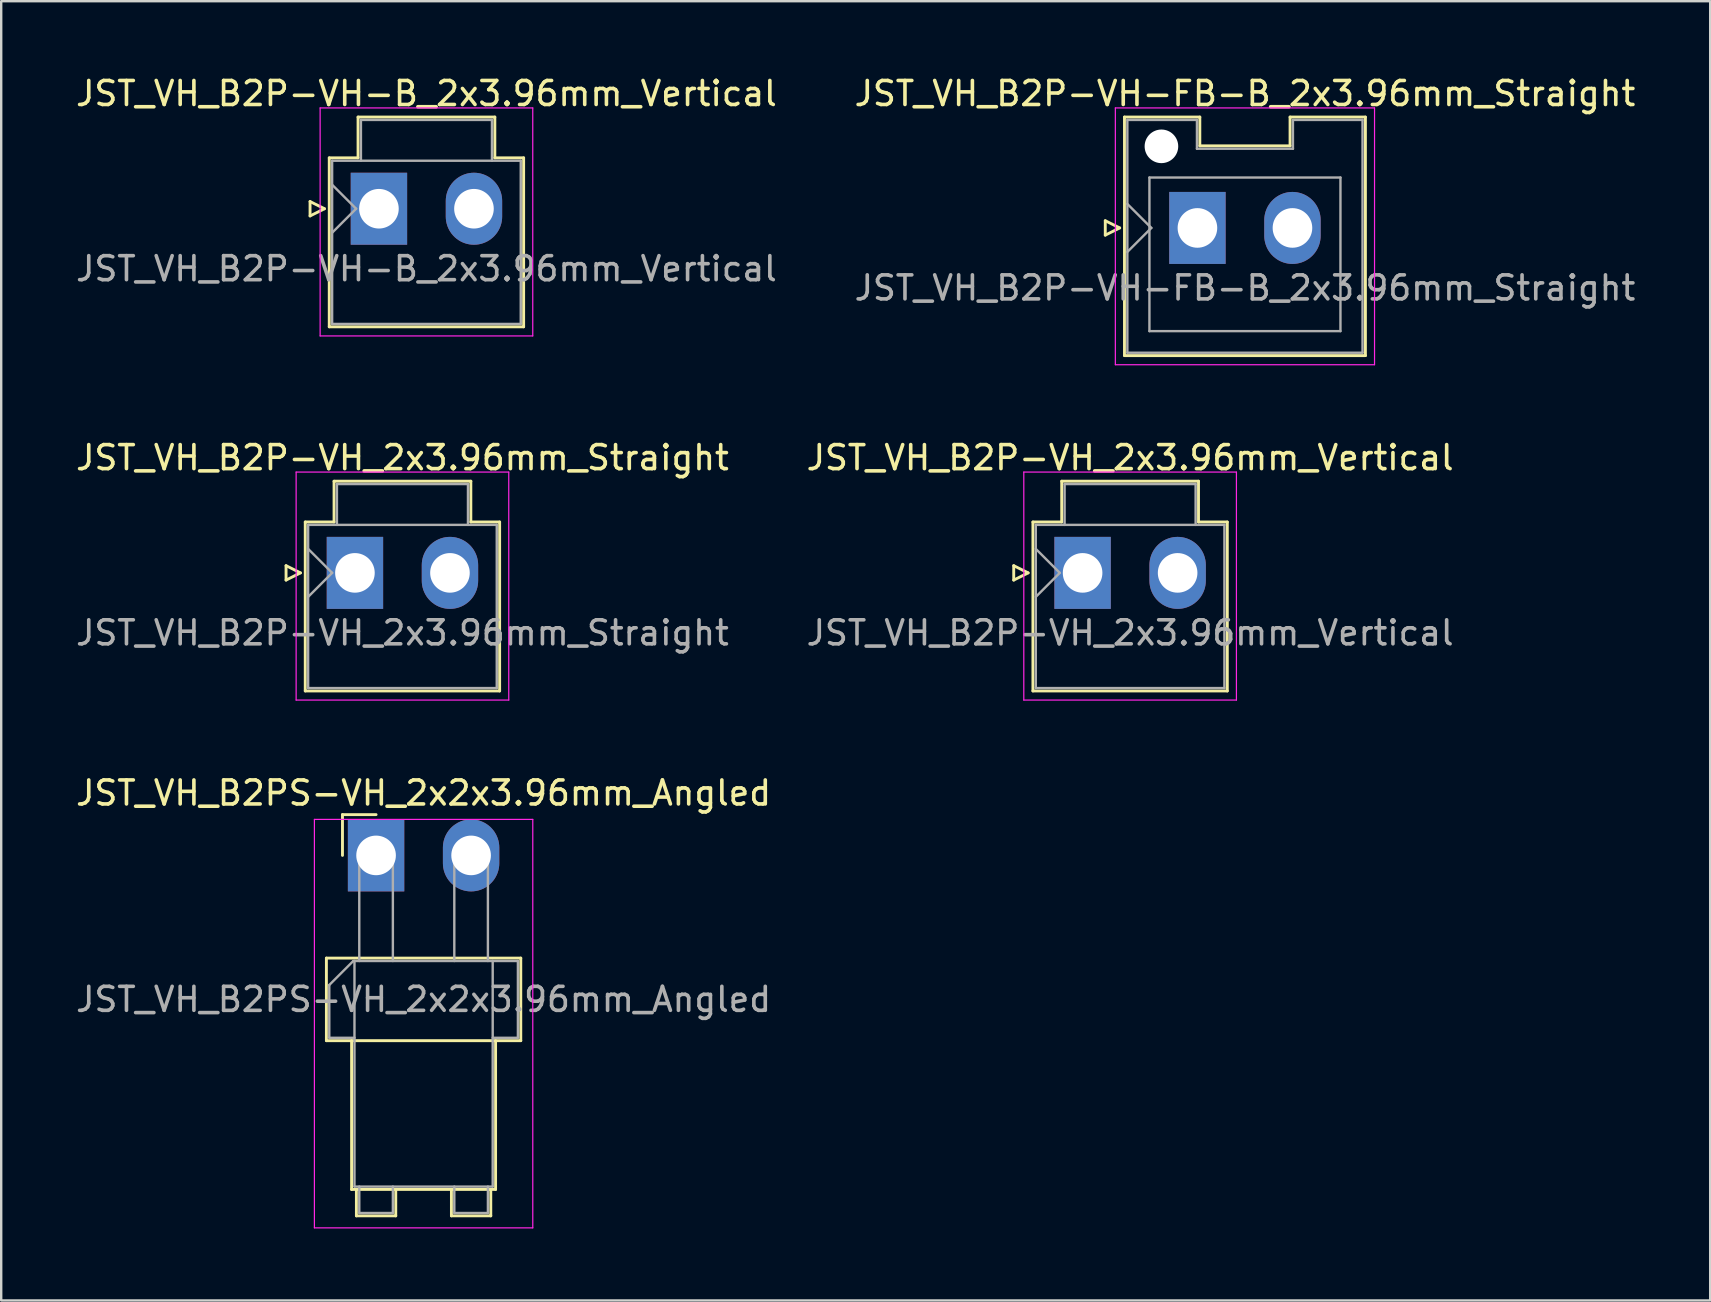
<source format=kicad_pcb>
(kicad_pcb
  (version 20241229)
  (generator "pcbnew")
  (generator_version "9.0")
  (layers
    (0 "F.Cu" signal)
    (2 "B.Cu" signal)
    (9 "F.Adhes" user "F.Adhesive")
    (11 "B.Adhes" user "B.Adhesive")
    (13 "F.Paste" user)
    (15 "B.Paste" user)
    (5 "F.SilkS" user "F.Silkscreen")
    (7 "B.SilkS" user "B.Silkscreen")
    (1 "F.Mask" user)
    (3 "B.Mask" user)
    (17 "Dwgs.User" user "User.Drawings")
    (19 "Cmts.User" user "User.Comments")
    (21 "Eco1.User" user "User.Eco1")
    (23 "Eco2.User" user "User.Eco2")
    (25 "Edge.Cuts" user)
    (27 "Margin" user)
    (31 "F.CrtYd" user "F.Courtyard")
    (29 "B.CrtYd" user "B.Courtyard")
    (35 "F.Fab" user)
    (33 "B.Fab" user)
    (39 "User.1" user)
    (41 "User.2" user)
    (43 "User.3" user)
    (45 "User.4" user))
  (footprint "JST_VH_B2P-VH-B_2x3.96mm_Vertical"
    (layer "F.Cu")
    (at 12.74 5.648)
    (property "Reference" "JST_VH_B2P-VH-B_2x3.96mm_Vertical" (at 1.98 -4.8 0) (layer "F.SilkS") (effects (font (size 1 1) (thickness 0.15))))
    (attr through_hole)
    (fp_line (start -2.87 -0.3) (end -2.27 0) (stroke (width 0.12) (type solid)) (layer "F.SilkS"))
    (fp_line (start -2.87 0.3) (end -2.87 -0.3) (stroke (width 0.12) (type solid)) (layer "F.SilkS"))
    (fp_line (start -2.27 0) (end -2.87 0.3) (stroke (width 0.12) (type solid)) (layer "F.SilkS"))
    (fp_line (start -2.07 -2.12) (end -0.87 -2.12) (stroke (width 0.12) (type solid)) (layer "F.SilkS"))
    (fp_line (start -2.07 4.92) (end -2.07 -2.12) (stroke (width 0.12) (type solid)) (layer "F.SilkS"))
    (fp_line (start -0.87 -3.82) (end 4.83 -3.82) (stroke (width 0.12) (type solid)) (layer "F.SilkS"))
    (fp_line (start -0.87 -2.12) (end -0.87 -3.82) (stroke (width 0.12) (type solid)) (layer "F.SilkS"))
    (fp_line (start 4.83 -3.82) (end 4.83 -2.12) (stroke (width 0.12) (type solid)) (layer "F.SilkS"))
    (fp_line (start 4.83 -2.12) (end 6.03 -2.12) (stroke (width 0.12) (type solid)) (layer "F.SilkS"))
    (fp_line (start 6.03 -2.12) (end 6.03 4.92) (stroke (width 0.12) (type solid)) (layer "F.SilkS"))
    (fp_line (start 6.03 4.92) (end -2.07 4.92) (stroke (width 0.12) (type solid)) (layer "F.SilkS"))
    (fp_line (start -2.45 -4.2) (end -2.45 5.3) (stroke (width 0.05) (type solid)) (layer "F.CrtYd"))
    (fp_line (start -2.45 5.3) (end 6.41 5.3) (stroke (width 0.05) (type solid)) (layer "F.CrtYd"))
    (fp_line (start 6.41 -4.2) (end -2.45 -4.2) (stroke (width 0.05) (type solid)) (layer "F.CrtYd"))
    (fp_line (start 6.41 5.3) (end 6.41 -4.2) (stroke (width 0.05) (type solid)) (layer "F.CrtYd"))
    (fp_line (start -1.95 -2) (end -1.95 4.8) (stroke (width 0.1) (type solid)) (layer "F.Fab"))
    (fp_line (start -1.95 -1) (end -0.95 0) (stroke (width 0.1) (type solid)) (layer "F.Fab"))
    (fp_line (start -1.95 1) (end -0.95 0) (stroke (width 0.1) (type solid)) (layer "F.Fab"))
    (fp_line (start -1.95 4.8) (end 5.91 4.8) (stroke (width 0.1) (type solid)) (layer "F.Fab"))
    (fp_line (start -0.75 -3.7) (end 4.71 -3.7) (stroke (width 0.1) (type solid)) (layer "F.Fab"))
    (fp_line (start -0.75 -2) (end -0.75 -3.7) (stroke (width 0.1) (type solid)) (layer "F.Fab"))
    (fp_line (start 4.71 -3.7) (end 4.71 -2) (stroke (width 0.1) (type solid)) (layer "F.Fab"))
    (fp_line (start 5.91 -2) (end -1.95 -2) (stroke (width 0.1) (type solid)) (layer "F.Fab"))
    (fp_line (start 5.91 4.8) (end 5.91 -2) (stroke (width 0.1) (type solid)) (layer "F.Fab"))
    (fp_text user "${REFERENCE}" (at 1.98 2.5 0) (layer "F.Fab") (effects (font (size 1 1) (thickness 0.15))))
    (pad "1" thru_hole rect (at 0 0) (size 2.35 3) (drill 1.65) (layers "*.Cu" "*.Mask"))
    (pad "2" thru_hole oval (at 3.96 0) (size 2.35 3) (drill 1.65) (layers "*.Cu" "*.Mask")))
  (footprint "JST_VH_B2P-VH_2x3.96mm_Straight"
    (layer "F.Cu")
    (at 11.74 20.822)
    (property "Reference" "JST_VH_B2P-VH_2x3.96mm_Straight" (at 1.98 -4.8 0) (layer "F.SilkS") (effects (font (size 1 1) (thickness 0.15))))
    (attr through_hole)
    (fp_line (start -2.87 -0.3) (end -2.27 0) (stroke (width 0.12) (type solid)) (layer "F.SilkS"))
    (fp_line (start -2.87 0.3) (end -2.87 -0.3) (stroke (width 0.12) (type solid)) (layer "F.SilkS"))
    (fp_line (start -2.27 0) (end -2.87 0.3) (stroke (width 0.12) (type solid)) (layer "F.SilkS"))
    (fp_line (start -2.07 -2.12) (end -0.87 -2.12) (stroke (width 0.12) (type solid)) (layer "F.SilkS"))
    (fp_line (start -2.07 4.92) (end -2.07 -2.12) (stroke (width 0.12) (type solid)) (layer "F.SilkS"))
    (fp_line (start -0.87 -3.82) (end 4.83 -3.82) (stroke (width 0.12) (type solid)) (layer "F.SilkS"))
    (fp_line (start -0.87 -2.12) (end -0.87 -3.82) (stroke (width 0.12) (type solid)) (layer "F.SilkS"))
    (fp_line (start 4.83 -3.82) (end 4.83 -2.12) (stroke (width 0.12) (type solid)) (layer "F.SilkS"))
    (fp_line (start 4.83 -2.12) (end 6.03 -2.12) (stroke (width 0.12) (type solid)) (layer "F.SilkS"))
    (fp_line (start 6.03 -2.12) (end 6.03 4.92) (stroke (width 0.12) (type solid)) (layer "F.SilkS"))
    (fp_line (start 6.03 4.92) (end -2.07 4.92) (stroke (width 0.12) (type solid)) (layer "F.SilkS"))
    (fp_line (start -2.45 -4.2) (end -2.45 5.3) (stroke (width 0.05) (type solid)) (layer "F.CrtYd"))
    (fp_line (start -2.45 5.3) (end 6.41 5.3) (stroke (width 0.05) (type solid)) (layer "F.CrtYd"))
    (fp_line (start 6.41 -4.2) (end -2.45 -4.2) (stroke (width 0.05) (type solid)) (layer "F.CrtYd"))
    (fp_line (start 6.41 5.3) (end 6.41 -4.2) (stroke (width 0.05) (type solid)) (layer "F.CrtYd"))
    (fp_line (start -1.95 -2) (end -1.95 4.8) (stroke (width 0.1) (type solid)) (layer "F.Fab"))
    (fp_line (start -1.95 -1) (end -0.95 0) (stroke (width 0.1) (type solid)) (layer "F.Fab"))
    (fp_line (start -1.95 1) (end -0.95 0) (stroke (width 0.1) (type solid)) (layer "F.Fab"))
    (fp_line (start -1.95 4.8) (end 5.91 4.8) (stroke (width 0.1) (type solid)) (layer "F.Fab"))
    (fp_line (start -0.75 -3.7) (end 4.71 -3.7) (stroke (width 0.1) (type solid)) (layer "F.Fab"))
    (fp_line (start -0.75 -2) (end -0.75 -3.7) (stroke (width 0.1) (type solid)) (layer "F.Fab"))
    (fp_line (start 4.71 -3.7) (end 4.71 -2) (stroke (width 0.1) (type solid)) (layer "F.Fab"))
    (fp_line (start 5.91 -2) (end -1.95 -2) (stroke (width 0.1) (type solid)) (layer "F.Fab"))
    (fp_line (start 5.91 4.8) (end 5.91 -2) (stroke (width 0.1) (type solid)) (layer "F.Fab"))
    (fp_text user "${REFERENCE}" (at 1.98 2.5 0) (layer "F.Fab") (effects (font (size 1 1) (thickness 0.15))))
    (pad "1" thru_hole rect (at 0 0) (size 2.35 3) (drill 1.65) (layers "*.Cu" "*.Mask"))
    (pad "2" thru_hole oval (at 3.96 0) (size 2.35 3) (drill 1.65) (layers "*.Cu" "*.Mask")))
  (footprint "JST_VH_B2PS-VH_2x2x3.96mm_Angled"
    (layer "F.Cu")
    (at 12.621 32.595)
    (property "Reference" "JST_VH_B2PS-VH_2x2x3.96mm_Angled" (at 1.98 -2.6 0) (layer "F.SilkS") (effects (font (size 1 1) (thickness 0.15))))
    (attr through_hole)
    (fp_line (start -2.07 4.28) (end -2.07 7.72) (stroke (width 0.12) (type solid)) (layer "F.SilkS"))
    (fp_line (start -2.07 7.72) (end 6.03 7.72) (stroke (width 0.12) (type solid)) (layer "F.SilkS"))
    (fp_line (start -1.4 -1.7) (end -1.4 0) (stroke (width 0.12) (type solid)) (layer "F.SilkS"))
    (fp_line (start -1.02 7.72) (end -1.02 13.92) (stroke (width 0.12) (type solid)) (layer "F.SilkS"))
    (fp_line (start -1.02 13.92) (end 4.98 13.92) (stroke (width 0.12) (type solid)) (layer "F.SilkS"))
    (fp_line (start -0.82 13.92) (end -0.82 15.02) (stroke (width 0.12) (type solid)) (layer "F.SilkS"))
    (fp_line (start -0.82 15.02) (end 0.82 15.02) (stroke (width 0.12) (type solid)) (layer "F.SilkS"))
    (fp_line (start 0 -1.7) (end -1.4 -1.7) (stroke (width 0.12) (type solid)) (layer "F.SilkS"))
    (fp_line (start 0.82 15.02) (end 0.82 13.92) (stroke (width 0.12) (type solid)) (layer "F.SilkS"))
    (fp_line (start 3.14 13.92) (end 3.14 15.02) (stroke (width 0.12) (type solid)) (layer "F.SilkS"))
    (fp_line (start 3.14 15.02) (end 4.78 15.02) (stroke (width 0.12) (type solid)) (layer "F.SilkS"))
    (fp_line (start 4.78 15.02) (end 4.78 13.92) (stroke (width 0.12) (type solid)) (layer "F.SilkS"))
    (fp_line (start 4.98 13.92) (end 4.98 7.72) (stroke (width 0.12) (type solid)) (layer "F.SilkS"))
    (fp_line (start 6.03 4.28) (end -2.07 4.28) (stroke (width 0.12) (type solid)) (layer "F.SilkS"))
    (fp_line (start 6.03 7.72) (end 6.03 4.28) (stroke (width 0.12) (type solid)) (layer "F.SilkS"))
    (fp_line (start -2.57 -1.5) (end -2.57 15.52) (stroke (width 0.05) (type solid)) (layer "F.CrtYd"))
    (fp_line (start -2.57 15.52) (end 6.53 15.52) (stroke (width 0.05) (type solid)) (layer "F.CrtYd"))
    (fp_line (start 6.53 -1.5) (end -2.57 -1.5) (stroke (width 0.05) (type solid)) (layer "F.CrtYd"))
    (fp_line (start 6.53 15.52) (end 6.53 -1.5) (stroke (width 0.05) (type solid)) (layer "F.CrtYd"))
    (fp_line (start -1.95 5.4) (end -0.95 4.4) (stroke (width 0.1) (type solid)) (layer "F.Fab"))
    (fp_line (start -1.95 7.6) (end -1.95 5.4) (stroke (width 0.1) (type solid)) (layer "F.Fab"))
    (fp_line (start -0.95 4.4) (end -0.9 4.4) (stroke (width 0.1) (type solid)) (layer "F.Fab"))
    (fp_line (start -0.9 4.4) (end -0.9 13.8) (stroke (width 0.1) (type solid)) (layer "F.Fab"))
    (fp_line (start -0.9 7.6) (end -1.95 7.6) (stroke (width 0.1) (type solid)) (layer "F.Fab"))
    (fp_line (start -0.9 13.8) (end 4.86 13.8) (stroke (width 0.1) (type solid)) (layer "F.Fab"))
    (fp_line (start -0.7 0) (end 0.7 0) (stroke (width 0.1) (type solid)) (layer "F.Fab"))
    (fp_line (start -0.7 4.4) (end -0.7 0) (stroke (width 0.1) (type solid)) (layer "F.Fab"))
    (fp_line (start -0.7 13.8) (end -0.7 14.9) (stroke (width 0.1) (type solid)) (layer "F.Fab"))
    (fp_line (start -0.7 14.9) (end 0.7 14.9) (stroke (width 0.1) (type solid)) (layer "F.Fab"))
    (fp_line (start 0.7 0) (end 0.7 4.4) (stroke (width 0.1) (type solid)) (layer "F.Fab"))
    (fp_line (start 0.7 14.9) (end 0.7 13.8) (stroke (width 0.1) (type solid)) (layer "F.Fab"))
    (fp_line (start 3.26 0) (end 4.66 0) (stroke (width 0.1) (type solid)) (layer "F.Fab"))
    (fp_line (start 3.26 4.4) (end 3.26 0) (stroke (width 0.1) (type solid)) (layer "F.Fab"))
    (fp_line (start 3.26 13.8) (end 3.26 14.9) (stroke (width 0.1) (type solid)) (layer "F.Fab"))
    (fp_line (start 3.26 14.9) (end 4.66 14.9) (stroke (width 0.1) (type solid)) (layer "F.Fab"))
    (fp_line (start 4.66 0) (end 4.66 4.4) (stroke (width 0.1) (type solid)) (layer "F.Fab"))
    (fp_line (start 4.66 14.9) (end 4.66 13.8) (stroke (width 0.1) (type solid)) (layer "F.Fab"))
    (fp_line (start 4.86 4.4) (end -0.9 4.4) (stroke (width 0.1) (type solid)) (layer "F.Fab"))
    (fp_line (start 4.86 4.4) (end 5.91 4.4) (stroke (width 0.1) (type solid)) (layer "F.Fab"))
    (fp_line (start 4.86 13.8) (end 4.86 4.4) (stroke (width 0.1) (type solid)) (layer "F.Fab"))
    (fp_line (start 5.91 4.4) (end 5.91 7.6) (stroke (width 0.1) (type solid)) (layer "F.Fab"))
    (fp_line (start 5.91 7.6) (end 4.86 7.6) (stroke (width 0.1) (type solid)) (layer "F.Fab"))
    (fp_text user "${REFERENCE}" (at 1.98 6 0) (layer "F.Fab") (effects (font (size 1 1) (thickness 0.15))))
    (pad "1" thru_hole rect (at 0 0) (size 2.35 3) (drill 1.65) (layers "*.Cu" "*.Mask"))
    (pad "2" thru_hole oval (at 3.96 0) (size 2.35 3) (drill 1.65) (layers "*.Cu" "*.Mask")))
  (footprint "JST_VH_B2P-VH-FB-B_2x3.96mm_Straight"
    (layer "F.Cu")
    (at 46.847 6.448)
    (property "Reference" "JST_VH_B2P-VH-FB-B_2x3.96mm_Straight" (at 1.98 -5.6 0) (layer "F.SilkS") (effects (font (size 1 1) (thickness 0.15))))
    (attr through_hole)
    (fp_line (start -3.84 -0.3) (end -3.24 0) (stroke (width 0.12) (type solid)) (layer "F.SilkS"))
    (fp_line (start -3.84 0.3) (end -3.84 -0.3) (stroke (width 0.12) (type solid)) (layer "F.SilkS"))
    (fp_line (start -3.24 0) (end -3.84 0.3) (stroke (width 0.12) (type solid)) (layer "F.SilkS"))
    (fp_line (start -3.04 -4.62) (end 0.1 -4.62) (stroke (width 0.12) (type solid)) (layer "F.SilkS"))
    (fp_line (start -3.04 5.32) (end -3.04 -4.62) (stroke (width 0.12) (type solid)) (layer "F.SilkS"))
    (fp_line (start 0.1 -4.62) (end 0.1 -3.42) (stroke (width 0.12) (type solid)) (layer "F.SilkS"))
    (fp_line (start 0.1 -3.42) (end 3.86 -3.42) (stroke (width 0.12) (type solid)) (layer "F.SilkS"))
    (fp_line (start 3.86 -4.62) (end 7 -4.62) (stroke (width 0.12) (type solid)) (layer "F.SilkS"))
    (fp_line (start 3.86 -3.42) (end 3.86 -4.62) (stroke (width 0.12) (type solid)) (layer "F.SilkS"))
    (fp_line (start 7 -4.62) (end 7 5.32) (stroke (width 0.12) (type solid)) (layer "F.SilkS"))
    (fp_line (start 7 5.32) (end -3.04 5.32) (stroke (width 0.12) (type solid)) (layer "F.SilkS"))
    (fp_line (start -3.42 -5) (end -3.42 5.7) (stroke (width 0.05) (type solid)) (layer "F.CrtYd"))
    (fp_line (start -3.42 5.7) (end 7.38 5.7) (stroke (width 0.05) (type solid)) (layer "F.CrtYd"))
    (fp_line (start 7.38 -5) (end -3.42 -5) (stroke (width 0.05) (type solid)) (layer "F.CrtYd"))
    (fp_line (start 7.38 5.7) (end 7.38 -5) (stroke (width 0.05) (type solid)) (layer "F.CrtYd"))
    (fp_line (start -2.92 -4.5) (end -0.02 -4.5) (stroke (width 0.1) (type solid)) (layer "F.Fab"))
    (fp_line (start -2.92 -1) (end -1.92 0) (stroke (width 0.1) (type solid)) (layer "F.Fab"))
    (fp_line (start -2.92 1) (end -1.92 0) (stroke (width 0.1) (type solid)) (layer "F.Fab"))
    (fp_line (start -2.92 5.2) (end -2.92 -4.5) (stroke (width 0.1) (type solid)) (layer "F.Fab"))
    (fp_line (start -2 -2.1) (end 5.96 -2.1) (stroke (width 0.1) (type solid)) (layer "F.Fab"))
    (fp_line (start -2 4.3) (end -2 -2.1) (stroke (width 0.1) (type solid)) (layer "F.Fab"))
    (fp_line (start -0.02 -4.5) (end -0.02 -3.3) (stroke (width 0.1) (type solid)) (layer "F.Fab"))
    (fp_line (start -0.02 -3.3) (end 3.98 -3.3) (stroke (width 0.1) (type solid)) (layer "F.Fab"))
    (fp_line (start 3.98 -4.5) (end 6.88 -4.5) (stroke (width 0.1) (type solid)) (layer "F.Fab"))
    (fp_line (start 3.98 -3.3) (end 3.98 -4.5) (stroke (width 0.1) (type solid)) (layer "F.Fab"))
    (fp_line (start 5.96 -2.1) (end 5.96 4.3) (stroke (width 0.1) (type solid)) (layer "F.Fab"))
    (fp_line (start 5.96 4.3) (end -2 4.3) (stroke (width 0.1) (type solid)) (layer "F.Fab"))
    (fp_line (start 6.88 -4.5) (end 6.88 5.2) (stroke (width 0.1) (type solid)) (layer "F.Fab"))
    (fp_line (start 6.88 5.2) (end -2.92 5.2) (stroke (width 0.1) (type solid)) (layer "F.Fab"))
    (fp_text user "${REFERENCE}" (at 1.98 2.5 0) (layer "F.Fab") (effects (font (size 1 1) (thickness 0.15))))
    (pad "" np_thru_hole circle (at -1.5 -3.4) (size 1.4 1.4) (drill 1.4) (layers "*.Cu" "*.Mask"))
    (pad "1" thru_hole rect (at 0 0) (size 2.35 3) (drill 1.65) (layers "*.Cu" "*.Mask"))
    (pad "2" thru_hole oval (at 3.96 0) (size 2.35 3) (drill 1.65) (layers "*.Cu" "*.Mask")))
  (footprint "JST_VH_B2P-VH_2x3.96mm_Vertical"
    (layer "F.Cu")
    (at 42.062 20.822)
    (property "Reference" "JST_VH_B2P-VH_2x3.96mm_Vertical" (at 1.98 -4.8 0) (layer "F.SilkS") (effects (font (size 1 1) (thickness 0.15))))
    (attr through_hole)
    (fp_line (start -2.87 -0.3) (end -2.27 0) (stroke (width 0.12) (type solid)) (layer "F.SilkS"))
    (fp_line (start -2.87 0.3) (end -2.87 -0.3) (stroke (width 0.12) (type solid)) (layer "F.SilkS"))
    (fp_line (start -2.27 0) (end -2.87 0.3) (stroke (width 0.12) (type solid)) (layer "F.SilkS"))
    (fp_line (start -2.07 -2.12) (end -0.87 -2.12) (stroke (width 0.12) (type solid)) (layer "F.SilkS"))
    (fp_line (start -2.07 4.92) (end -2.07 -2.12) (stroke (width 0.12) (type solid)) (layer "F.SilkS"))
    (fp_line (start -0.87 -3.82) (end 4.83 -3.82) (stroke (width 0.12) (type solid)) (layer "F.SilkS"))
    (fp_line (start -0.87 -2.12) (end -0.87 -3.82) (stroke (width 0.12) (type solid)) (layer "F.SilkS"))
    (fp_line (start 4.83 -3.82) (end 4.83 -2.12) (stroke (width 0.12) (type solid)) (layer "F.SilkS"))
    (fp_line (start 4.83 -2.12) (end 6.03 -2.12) (stroke (width 0.12) (type solid)) (layer "F.SilkS"))
    (fp_line (start 6.03 -2.12) (end 6.03 4.92) (stroke (width 0.12) (type solid)) (layer "F.SilkS"))
    (fp_line (start 6.03 4.92) (end -2.07 4.92) (stroke (width 0.12) (type solid)) (layer "F.SilkS"))
    (fp_line (start -2.45 -4.2) (end -2.45 5.3) (stroke (width 0.05) (type solid)) (layer "F.CrtYd"))
    (fp_line (start -2.45 5.3) (end 6.41 5.3) (stroke (width 0.05) (type solid)) (layer "F.CrtYd"))
    (fp_line (start 6.41 -4.2) (end -2.45 -4.2) (stroke (width 0.05) (type solid)) (layer "F.CrtYd"))
    (fp_line (start 6.41 5.3) (end 6.41 -4.2) (stroke (width 0.05) (type solid)) (layer "F.CrtYd"))
    (fp_line (start -1.95 -2) (end -1.95 4.8) (stroke (width 0.1) (type solid)) (layer "F.Fab"))
    (fp_line (start -1.95 -1) (end -0.95 0) (stroke (width 0.1) (type solid)) (layer "F.Fab"))
    (fp_line (start -1.95 1) (end -0.95 0) (stroke (width 0.1) (type solid)) (layer "F.Fab"))
    (fp_line (start -1.95 4.8) (end 5.91 4.8) (stroke (width 0.1) (type solid)) (layer "F.Fab"))
    (fp_line (start -0.75 -3.7) (end 4.71 -3.7) (stroke (width 0.1) (type solid)) (layer "F.Fab"))
    (fp_line (start -0.75 -2) (end -0.75 -3.7) (stroke (width 0.1) (type solid)) (layer "F.Fab"))
    (fp_line (start 4.71 -3.7) (end 4.71 -2) (stroke (width 0.1) (type solid)) (layer "F.Fab"))
    (fp_line (start 5.91 -2) (end -1.95 -2) (stroke (width 0.1) (type solid)) (layer "F.Fab"))
    (fp_line (start 5.91 4.8) (end 5.91 -2) (stroke (width 0.1) (type solid)) (layer "F.Fab"))
    (fp_text user "${REFERENCE}" (at 1.98 2.5 0) (layer "F.Fab") (effects (font (size 1 1) (thickness 0.15))))
    (pad "1" thru_hole rect (at 0 0) (size 2.35 3) (drill 1.65) (layers "*.Cu" "*.Mask"))
    (pad "2" thru_hole oval (at 3.96 0) (size 2.35 3) (drill 1.65) (layers "*.Cu" "*.Mask")))
  (gr_rect
    (start -3 -3)
    (end 68.214 51.14)
    (stroke (width 0.1) (type default))
    (fill no)
    (layer "Edge.Cuts")))
</source>
